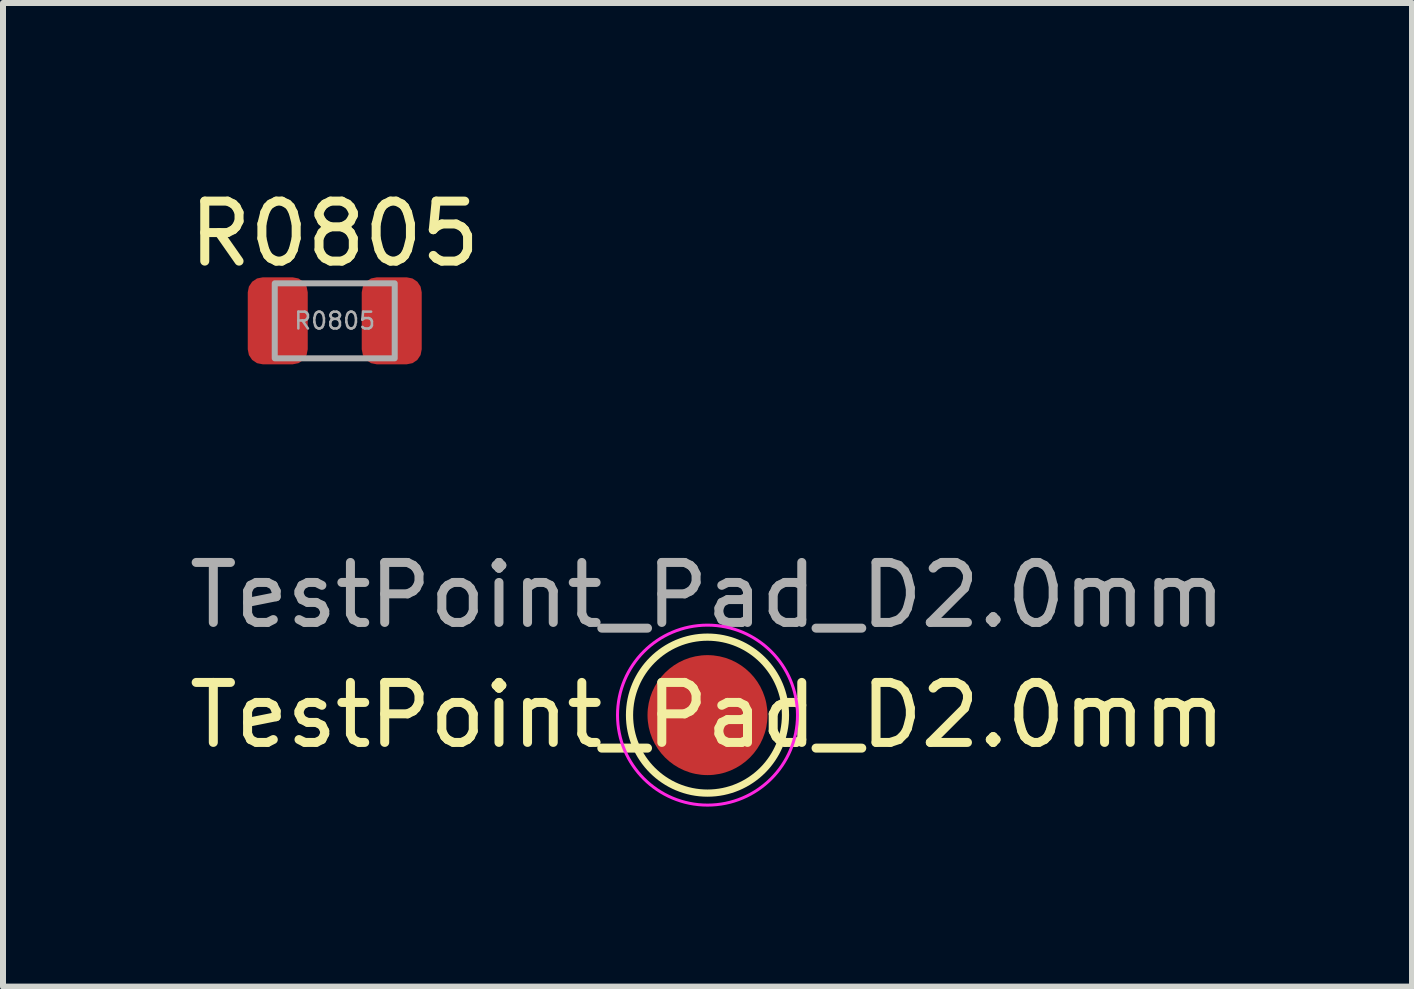
<source format=kicad_pcb>
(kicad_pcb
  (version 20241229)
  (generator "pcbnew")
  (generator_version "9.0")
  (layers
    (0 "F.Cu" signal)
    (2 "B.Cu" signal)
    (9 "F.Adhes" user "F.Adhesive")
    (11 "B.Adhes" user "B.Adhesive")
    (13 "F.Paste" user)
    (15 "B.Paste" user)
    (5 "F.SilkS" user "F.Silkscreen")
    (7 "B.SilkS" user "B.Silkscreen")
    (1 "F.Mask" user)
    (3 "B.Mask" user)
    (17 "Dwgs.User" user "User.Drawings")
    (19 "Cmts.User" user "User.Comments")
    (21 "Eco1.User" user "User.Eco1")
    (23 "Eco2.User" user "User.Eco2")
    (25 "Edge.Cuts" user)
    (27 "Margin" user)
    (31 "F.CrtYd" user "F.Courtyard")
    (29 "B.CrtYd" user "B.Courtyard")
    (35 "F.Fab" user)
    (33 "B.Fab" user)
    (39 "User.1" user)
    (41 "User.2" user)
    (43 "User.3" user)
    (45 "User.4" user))
  (footprint "R0805"
    (layer "F.Cu")
    (at 2.53 2.298)
    (property "Reference" "R0805" (at 0 -1.45 0) (unlocked yes) (layer "F.SilkS") (effects (font (size 1 1) (thickness 0.15))))
    (attr smd)
    (fp_rect (start -1 -0.625) (end 1 0.625) (stroke (width 0.1) (type solid)) (fill no) (layer "F.Fab"))
    (fp_text user "${REFERENCE}" (at 0 0 0) (unlocked yes) (layer "F.Fab") (effects (font (size 0.28 0.28) (thickness 0.042))))
    (pad "1" smd roundrect (at -0.95 0) (size 1 1.45) (layers "F.Cu" "F.Mask" "F.Paste") (roundrect_rratio 0.25))
    (pad "2" smd roundrect (at 0.95 0) (size 1 1.45) (layers "F.Cu" "F.Mask" "F.Paste") (roundrect_rratio 0.25)))
  (footprint "TestPoint_Pad_D2.0mm"
    (layer "F.Cu")
    (at 8.744 8.871)
    (property "Reference" "TestPoint_Pad_D2.0mm" (at 0 0 0) (layer "F.SilkS") (effects (font (size 1 1) (thickness 0.15))))
    (attr exclude_from_pos_files exclude_from_bom)
    (fp_circle (center 0 0) (end 1.3 0) (stroke (width 0.12) (type solid)) (fill no) (layer "F.SilkS"))
    (fp_circle (center 0 0) (end 1.5 0) (stroke (width 0.05) (type solid)) (fill no) (layer "F.CrtYd"))
    (fp_text user "${REFERENCE}" (at 0 -2 0) (layer "F.Fab") (effects (font (size 1 1) (thickness 0.15))))
    (pad "1" smd circle (at 0 0) (size 2 2) (layers "F.Cu" "F.Mask")))
  (gr_rect
    (start -3 -3)
    (end 20.488 13.396)
    (stroke (width 0.1) (type default))
    (fill no)
    (layer "Edge.Cuts")))
</source>
